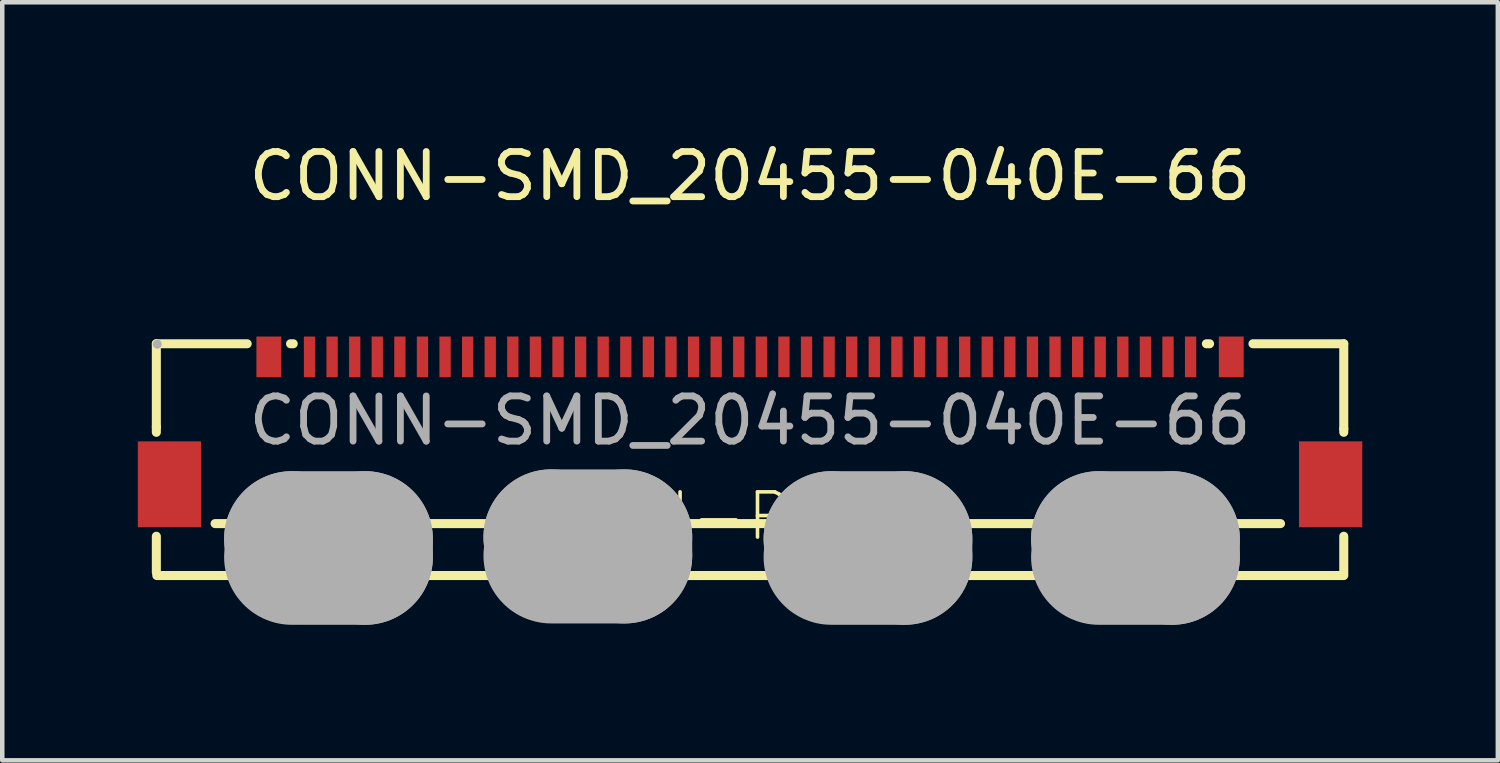
<source format=kicad_pcb>
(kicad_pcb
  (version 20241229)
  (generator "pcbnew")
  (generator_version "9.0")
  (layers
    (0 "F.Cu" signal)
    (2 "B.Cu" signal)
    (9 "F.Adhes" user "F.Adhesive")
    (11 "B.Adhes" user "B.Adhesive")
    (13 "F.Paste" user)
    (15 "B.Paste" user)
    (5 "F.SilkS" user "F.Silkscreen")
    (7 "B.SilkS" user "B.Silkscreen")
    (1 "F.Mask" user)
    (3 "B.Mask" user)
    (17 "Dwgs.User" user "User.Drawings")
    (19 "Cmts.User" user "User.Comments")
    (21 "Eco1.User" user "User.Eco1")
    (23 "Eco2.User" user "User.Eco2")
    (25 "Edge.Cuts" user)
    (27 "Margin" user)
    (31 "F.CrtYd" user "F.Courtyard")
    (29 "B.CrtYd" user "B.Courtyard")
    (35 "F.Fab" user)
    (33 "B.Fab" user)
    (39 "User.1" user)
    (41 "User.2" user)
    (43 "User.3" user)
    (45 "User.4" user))
  (footprint "CONN-SMD_20455-040E-66"
    (layer "F.Cu")
    (at 13.55 6.258)
    (property "Reference" "CONN-SMD_20455-040E-66" (at 0 -5.41 0) (layer "F.SilkS") (effects (font (size 1 1) (thickness 0.15))))
    (attr smd)
    (fp_line (start -13.14 -1.7) (end -13.14 0.14) (stroke (width 0.2) (type solid)) (layer "F.SilkS"))
    (fp_line (start -13.14 -1.7) (end -11.13 -1.7) (stroke (width 0.2) (type solid)) (layer "F.SilkS"))
    (fp_line (start -13.14 0.14) (end -13.14 0.26) (stroke (width 0.2) (type solid)) (layer "F.SilkS"))
    (fp_line (start -13.14 2.56) (end -13.14 3.36) (stroke (width 0.2) (type solid)) (layer "F.SilkS"))
    (fp_line (start -13.13 3.43) (end 13.12 3.43) (stroke (width 0.2) (type solid)) (layer "F.SilkS"))
    (fp_line (start -11.84 2.28) (end 11.74 2.28) (stroke (width 0.2) (type solid)) (layer "F.SilkS"))
    (fp_line (start -10.17 -1.7) (end -10.11 -1.7) (stroke (width 0.2) (type solid)) (layer "F.SilkS"))
    (fp_line (start 10.1 -1.7) (end 10.17 -1.7) (stroke (width 0.2) (type solid)) (layer "F.SilkS"))
    (fp_line (start 11.13 -1.7) (end 13.14 -1.7) (stroke (width 0.2) (type solid)) (layer "F.SilkS"))
    (fp_line (start 13.14 -1.7) (end 13.14 0.18) (stroke (width 0.2) (type solid)) (layer "F.SilkS"))
    (fp_line (start 13.14 0.18) (end 13.14 0.26) (stroke (width 0.2) (type solid)) (layer "F.SilkS"))
    (fp_line (start 13.14 2.56) (end 13.14 3.43) (stroke (width 0.2) (type solid)) (layer "F.SilkS"))
    (fp_line (start -10.14 2.62) (end -10.14 2.62) (stroke (width 3) (type solid)) (layer "F.Fab"))
    (fp_line (start -10.14 2.62) (end -8.52 2.62) (stroke (width 3) (type solid)) (layer "F.Fab"))
    (fp_line (start -8.52 2.62) (end -8.52 3.02) (stroke (width 3) (type solid)) (layer "F.Fab"))
    (fp_line (start -8.52 3.02) (end -10.14 3.02) (stroke (width 3) (type solid)) (layer "F.Fab"))
    (fp_line (start -4.4 2.58) (end -4.4 2.58) (stroke (width 3) (type solid)) (layer "F.Fab"))
    (fp_line (start -4.4 2.58) (end -2.78 2.58) (stroke (width 3) (type solid)) (layer "F.Fab"))
    (fp_line (start -2.78 2.58) (end -2.78 2.99) (stroke (width 3) (type solid)) (layer "F.Fab"))
    (fp_line (start -2.78 2.99) (end -4.4 2.99) (stroke (width 3) (type solid)) (layer "F.Fab"))
    (fp_line (start 1.8 2.62) (end 1.8 2.62) (stroke (width 3) (type solid)) (layer "F.Fab"))
    (fp_line (start 1.8 2.62) (end 3.42 2.62) (stroke (width 3) (type solid)) (layer "F.Fab"))
    (fp_line (start 3.42 2.62) (end 3.42 3.02) (stroke (width 3) (type solid)) (layer "F.Fab"))
    (fp_line (start 3.42 3.02) (end 1.8 3.02) (stroke (width 3) (type solid)) (layer "F.Fab"))
    (fp_line (start 7.72 2.62) (end 7.72 2.62) (stroke (width 3) (type solid)) (layer "F.Fab"))
    (fp_line (start 7.72 2.62) (end 9.34 2.62) (stroke (width 3) (type solid)) (layer "F.Fab"))
    (fp_line (start 9.34 2.62) (end 9.34 3.02) (stroke (width 3) (type solid)) (layer "F.Fab"))
    (fp_line (start 9.34 3.02) (end 7.72 3.02) (stroke (width 3) (type solid)) (layer "F.Fab"))
    (fp_circle (center -13.12 -1.69) (end -13.07 -1.69) (stroke (width 0.1) (type solid)) (fill no) (layer "F.Fab"))
    (fp_text user "I-PEX" (at -1.84 2.12 0) (layer "F.SilkS") (effects (font (size 1 1) (thickness 0.08)) (justify left)))
    (fp_text user "${REFERENCE}" (at 0 0 0) (layer "F.Fab") (effects (font (size 1 1) (thickness 0.15))))
    (pad "1" smd rect (at -9.75 -1.41) (size 0.25 0.9) (layers "F.Cu" "F.Mask" "F.Paste"))
    (pad "2" smd rect (at -9.25 -1.41) (size 0.25 0.9) (layers "F.Cu" "F.Mask" "F.Paste"))
    (pad "3" smd rect (at -8.75 -1.41) (size 0.25 0.9) (layers "F.Cu" "F.Mask" "F.Paste"))
    (pad "4" smd rect (at -8.25 -1.41) (size 0.25 0.9) (layers "F.Cu" "F.Mask" "F.Paste"))
    (pad "5" smd rect (at -7.75 -1.41) (size 0.25 0.9) (layers "F.Cu" "F.Mask" "F.Paste"))
    (pad "6" smd rect (at -7.25 -1.41) (size 0.25 0.9) (layers "F.Cu" "F.Mask" "F.Paste"))
    (pad "7" smd rect (at -6.75 -1.41) (size 0.25 0.9) (layers "F.Cu" "F.Mask" "F.Paste"))
    (pad "8" smd rect (at -6.25 -1.41) (size 0.25 0.9) (layers "F.Cu" "F.Mask" "F.Paste"))
    (pad "9" smd rect (at -5.75 -1.41) (size 0.25 0.9) (layers "F.Cu" "F.Mask" "F.Paste"))
    (pad "10" smd rect (at -5.25 -1.41) (size 0.25 0.9) (layers "F.Cu" "F.Mask" "F.Paste"))
    (pad "11" smd rect (at -4.75 -1.41) (size 0.25 0.9) (layers "F.Cu" "F.Mask" "F.Paste"))
    (pad "12" smd rect (at -4.25 -1.41) (size 0.25 0.9) (layers "F.Cu" "F.Mask" "F.Paste"))
    (pad "13" smd rect (at -3.75 -1.41) (size 0.25 0.9) (layers "F.Cu" "F.Mask" "F.Paste"))
    (pad "14" smd rect (at -3.25 -1.41) (size 0.25 0.9) (layers "F.Cu" "F.Mask" "F.Paste"))
    (pad "15" smd rect (at -2.75 -1.41) (size 0.25 0.9) (layers "F.Cu" "F.Mask" "F.Paste"))
    (pad "16" smd rect (at -2.25 -1.41) (size 0.25 0.9) (layers "F.Cu" "F.Mask" "F.Paste"))
    (pad "17" smd rect (at -1.75 -1.41) (size 0.25 0.9) (layers "F.Cu" "F.Mask" "F.Paste"))
    (pad "18" smd rect (at -1.25 -1.41) (size 0.25 0.9) (layers "F.Cu" "F.Mask" "F.Paste"))
    (pad "19" smd rect (at -0.75 -1.41) (size 0.25 0.9) (layers "F.Cu" "F.Mask" "F.Paste"))
    (pad "20" smd rect (at -0.25 -1.41) (size 0.25 0.9) (layers "F.Cu" "F.Mask" "F.Paste"))
    (pad "21" smd rect (at 0.25 -1.41) (size 0.25 0.9) (layers "F.Cu" "F.Mask" "F.Paste"))
    (pad "22" smd rect (at 0.75 -1.41) (size 0.25 0.9) (layers "F.Cu" "F.Mask" "F.Paste"))
    (pad "23" smd rect (at 1.25 -1.41) (size 0.25 0.9) (layers "F.Cu" "F.Mask" "F.Paste"))
    (pad "24" smd rect (at 1.75 -1.41) (size 0.25 0.9) (layers "F.Cu" "F.Mask" "F.Paste"))
    (pad "25" smd rect (at 2.25 -1.41) (size 0.25 0.9) (layers "F.Cu" "F.Mask" "F.Paste"))
    (pad "26" smd rect (at 2.75 -1.41) (size 0.25 0.9) (layers "F.Cu" "F.Mask" "F.Paste"))
    (pad "27" smd rect (at 3.25 -1.41) (size 0.25 0.9) (layers "F.Cu" "F.Mask" "F.Paste"))
    (pad "28" smd rect (at 3.75 -1.41) (size 0.25 0.9) (layers "F.Cu" "F.Mask" "F.Paste"))
    (pad "29" smd rect (at 4.25 -1.41) (size 0.25 0.9) (layers "F.Cu" "F.Mask" "F.Paste"))
    (pad "30" smd rect (at 4.75 -1.41) (size 0.25 0.9) (layers "F.Cu" "F.Mask" "F.Paste"))
    (pad "31" smd rect (at 5.25 -1.41) (size 0.25 0.9) (layers "F.Cu" "F.Mask" "F.Paste"))
    (pad "32" smd rect (at 5.75 -1.41) (size 0.25 0.9) (layers "F.Cu" "F.Mask" "F.Paste"))
    (pad "33" smd rect (at 6.25 -1.41) (size 0.25 0.9) (layers "F.Cu" "F.Mask" "F.Paste"))
    (pad "34" smd rect (at 6.75 -1.41) (size 0.25 0.9) (layers "F.Cu" "F.Mask" "F.Paste"))
    (pad "35" smd rect (at 7.25 -1.41) (size 0.25 0.9) (layers "F.Cu" "F.Mask" "F.Paste"))
    (pad "36" smd rect (at 7.75 -1.41) (size 0.25 0.9) (layers "F.Cu" "F.Mask" "F.Paste"))
    (pad "37" smd rect (at 8.25 -1.41) (size 0.25 0.9) (layers "F.Cu" "F.Mask" "F.Paste"))
    (pad "38" smd rect (at 8.75 -1.41) (size 0.25 0.9) (layers "F.Cu" "F.Mask" "F.Paste"))
    (pad "39" smd rect (at 9.25 -1.41) (size 0.25 0.9) (layers "F.Cu" "F.Mask" "F.Paste"))
    (pad "40" smd rect (at 9.75 -1.41) (size 0.25 0.9) (layers "F.Cu" "F.Mask" "F.Paste"))
    (pad "41" smd rect (at -12.85 1.41) (size 1.4 1.9) (layers "F.Cu" "F.Mask" "F.Paste"))
    (pad "42" smd rect (at 12.85 1.41) (size 1.4 1.9) (layers "F.Cu" "F.Mask" "F.Paste"))
    (pad "43" smd rect (at -10.65 -1.41) (size 0.55 0.9) (layers "F.Cu" "F.Mask" "F.Paste"))
    (pad "44" smd rect (at 10.65 -1.41) (size 0.55 0.9) (layers "F.Cu" "F.Mask" "F.Paste")))
  (gr_rect
    (start -3 -3)
    (end 30.1 13.778)
    (stroke (width 0.1) (type default))
    (fill no)
    (layer "Edge.Cuts")))
</source>
